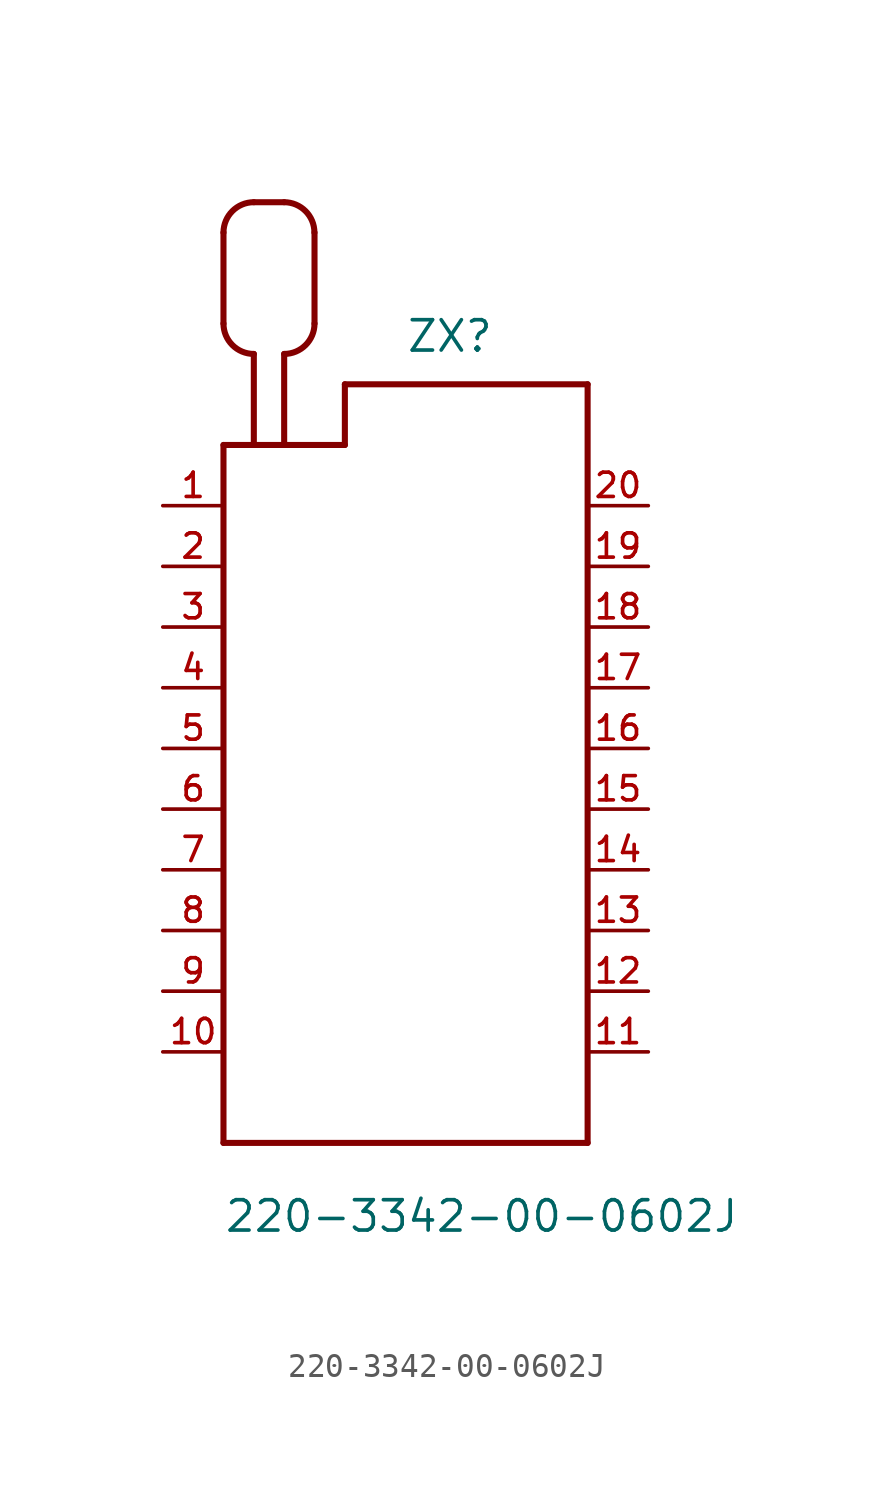
<source format=kicad_sym>
(kicad_symbol_lib
  (version 20211014)
  (generator kicad_symbol_editor)
  (symbol "220-3342-00-0602J"
    (pin_names
      (offset 1.016))
    (property "Reference" "ZX"
      (at 0.0 16.51 0)
      (effects (font (size 1.27 1.27)) (justify bottom left)))
    (property "Value" "220-3342-00-0602J"
      (at -7.62 -20.32 0)
      (effects (font (size 1.27 1.27)) (justify bottom left)))
    (symbol "220-3342-00-0602J_0_0"
      (polyline (pts (xy -7.62 12.7) (xy -7.62 -16.51)) (stroke (width 0.254)))
      (polyline (pts (xy -7.62 -16.51) (xy 7.62 -16.51)) (stroke (width 0.254)))
      (polyline (pts (xy 7.62 -16.51) (xy 7.62 15.24)) (stroke (width 0.254)))
      (polyline (pts (xy 7.62 15.24) (xy -2.54 15.24)) (stroke (width 0.254)))
      (polyline (pts (xy -2.54 15.24) (xy -2.54 12.7)) (stroke (width 0.254)))
      (polyline (pts (xy -2.54 12.7) (xy -5.08 12.7)) (stroke (width 0.254)))
      (polyline (pts (xy -5.08 12.7) (xy -6.35 12.7)) (stroke (width 0.254)))
      (polyline (pts (xy -6.35 12.7) (xy -7.62 12.7)) (stroke (width 0.254)))
      (polyline (pts (xy -6.35 12.7) (xy -6.35 16.51)) (stroke (width 0.254)))
      (arc (start -7.62 17.78) (mid -7.248 16.882) (end -6.35 16.51) (stroke (width 0.254) (type default) (color 0 0 0 0)) (fill (type none)))
      (polyline (pts (xy -7.62 17.78) (xy -7.62 21.59)) (stroke (width 0.254)))
      (arc (start -6.35 22.86) (mid -7.248 22.488) (end -7.62 21.59) (stroke (width 0.254) (type default) (color 0 0 0 0)) (fill (type none)))
      (polyline (pts (xy -6.35 22.86) (xy -5.08 22.86)) (stroke (width 0.254)))
      (arc (start -3.81 21.59) (mid -4.182 22.488) (end -5.08 22.86) (stroke (width 0.254) (type default) (color 0 0 0 0)) (fill (type none)))
      (polyline (pts (xy -3.81 21.59) (xy -3.81 17.78)) (stroke (width 0.254)))
      (arc (start -5.08 16.51) (mid -4.182 16.882) (end -3.81 17.78) (stroke (width 0.254) (type default) (color 0 0 0 0)) (fill (type none)))
      (polyline (pts (xy -5.08 16.51) (xy -5.08 12.7)) (stroke (width 0.254)))
      (pin passive line (at -10.16 10.16 0) (length 2.54) (name "~" (effects (font (size 1.016 1.016)))) (number "1" (effects (font (size 1.016 1.016)))))
      (pin passive line (at -10.16 7.62 0) (length 2.54) (name "~" (effects (font (size 1.016 1.016)))) (number "2" (effects (font (size 1.016 1.016)))))
      (pin passive line (at -10.16 5.08 0) (length 2.54) (name "~" (effects (font (size 1.016 1.016)))) (number "3" (effects (font (size 1.016 1.016)))))
      (pin passive line (at -10.16 2.54 0) (length 2.54) (name "~" (effects (font (size 1.016 1.016)))) (number "4" (effects (font (size 1.016 1.016)))))
      (pin passive line (at -10.16 0.0 0) (length 2.54) (name "~" (effects (font (size 1.016 1.016)))) (number "5" (effects (font (size 1.016 1.016)))))
      (pin passive line (at -10.16 -2.54 0) (length 2.54) (name "~" (effects (font (size 1.016 1.016)))) (number "6" (effects (font (size 1.016 1.016)))))
      (pin passive line (at -10.16 -5.08 0) (length 2.54) (name "~" (effects (font (size 1.016 1.016)))) (number "7" (effects (font (size 1.016 1.016)))))
      (pin passive line (at -10.16 -7.62 0) (length 2.54) (name "~" (effects (font (size 1.016 1.016)))) (number "8" (effects (font (size 1.016 1.016)))))
      (pin passive line (at -10.16 -10.16 0) (length 2.54) (name "~" (effects (font (size 1.016 1.016)))) (number "9" (effects (font (size 1.016 1.016)))))
      (pin passive line (at -10.16 -12.7 0) (length 2.54) (name "~" (effects (font (size 1.016 1.016)))) (number "10" (effects (font (size 1.016 1.016)))))
      (pin passive line (at 10.16 -12.7 180.0) (length 2.54) (name "~" (effects (font (size 1.016 1.016)))) (number "11" (effects (font (size 1.016 1.016)))))
      (pin passive line (at 10.16 -10.16 180.0) (length 2.54) (name "~" (effects (font (size 1.016 1.016)))) (number "12" (effects (font (size 1.016 1.016)))))
      (pin passive line (at 10.16 -7.62 180.0) (length 2.54) (name "~" (effects (font (size 1.016 1.016)))) (number "13" (effects (font (size 1.016 1.016)))))
      (pin passive line (at 10.16 -5.08 180.0) (length 2.54) (name "~" (effects (font (size 1.016 1.016)))) (number "14" (effects (font (size 1.016 1.016)))))
      (pin passive line (at 10.16 -2.54 180.0) (length 2.54) (name "~" (effects (font (size 1.016 1.016)))) (number "15" (effects (font (size 1.016 1.016)))))
      (pin passive line (at 10.16 0.0 180.0) (length 2.54) (name "~" (effects (font (size 1.016 1.016)))) (number "16" (effects (font (size 1.016 1.016)))))
      (pin passive line (at 10.16 2.54 180.0) (length 2.54) (name "~" (effects (font (size 1.016 1.016)))) (number "17" (effects (font (size 1.016 1.016)))))
      (pin passive line (at 10.16 5.08 180.0) (length 2.54) (name "~" (effects (font (size 1.016 1.016)))) (number "18" (effects (font (size 1.016 1.016)))))
      (pin passive line (at 10.16 7.62 180.0) (length 2.54) (name "~" (effects (font (size 1.016 1.016)))) (number "19" (effects (font (size 1.016 1.016)))))
      (pin passive line (at 10.16 10.16 180.0) (length 2.54) (name "~" (effects (font (size 1.016 1.016)))) (number "20" (effects (font (size 1.016 1.016))))))))
</source>
